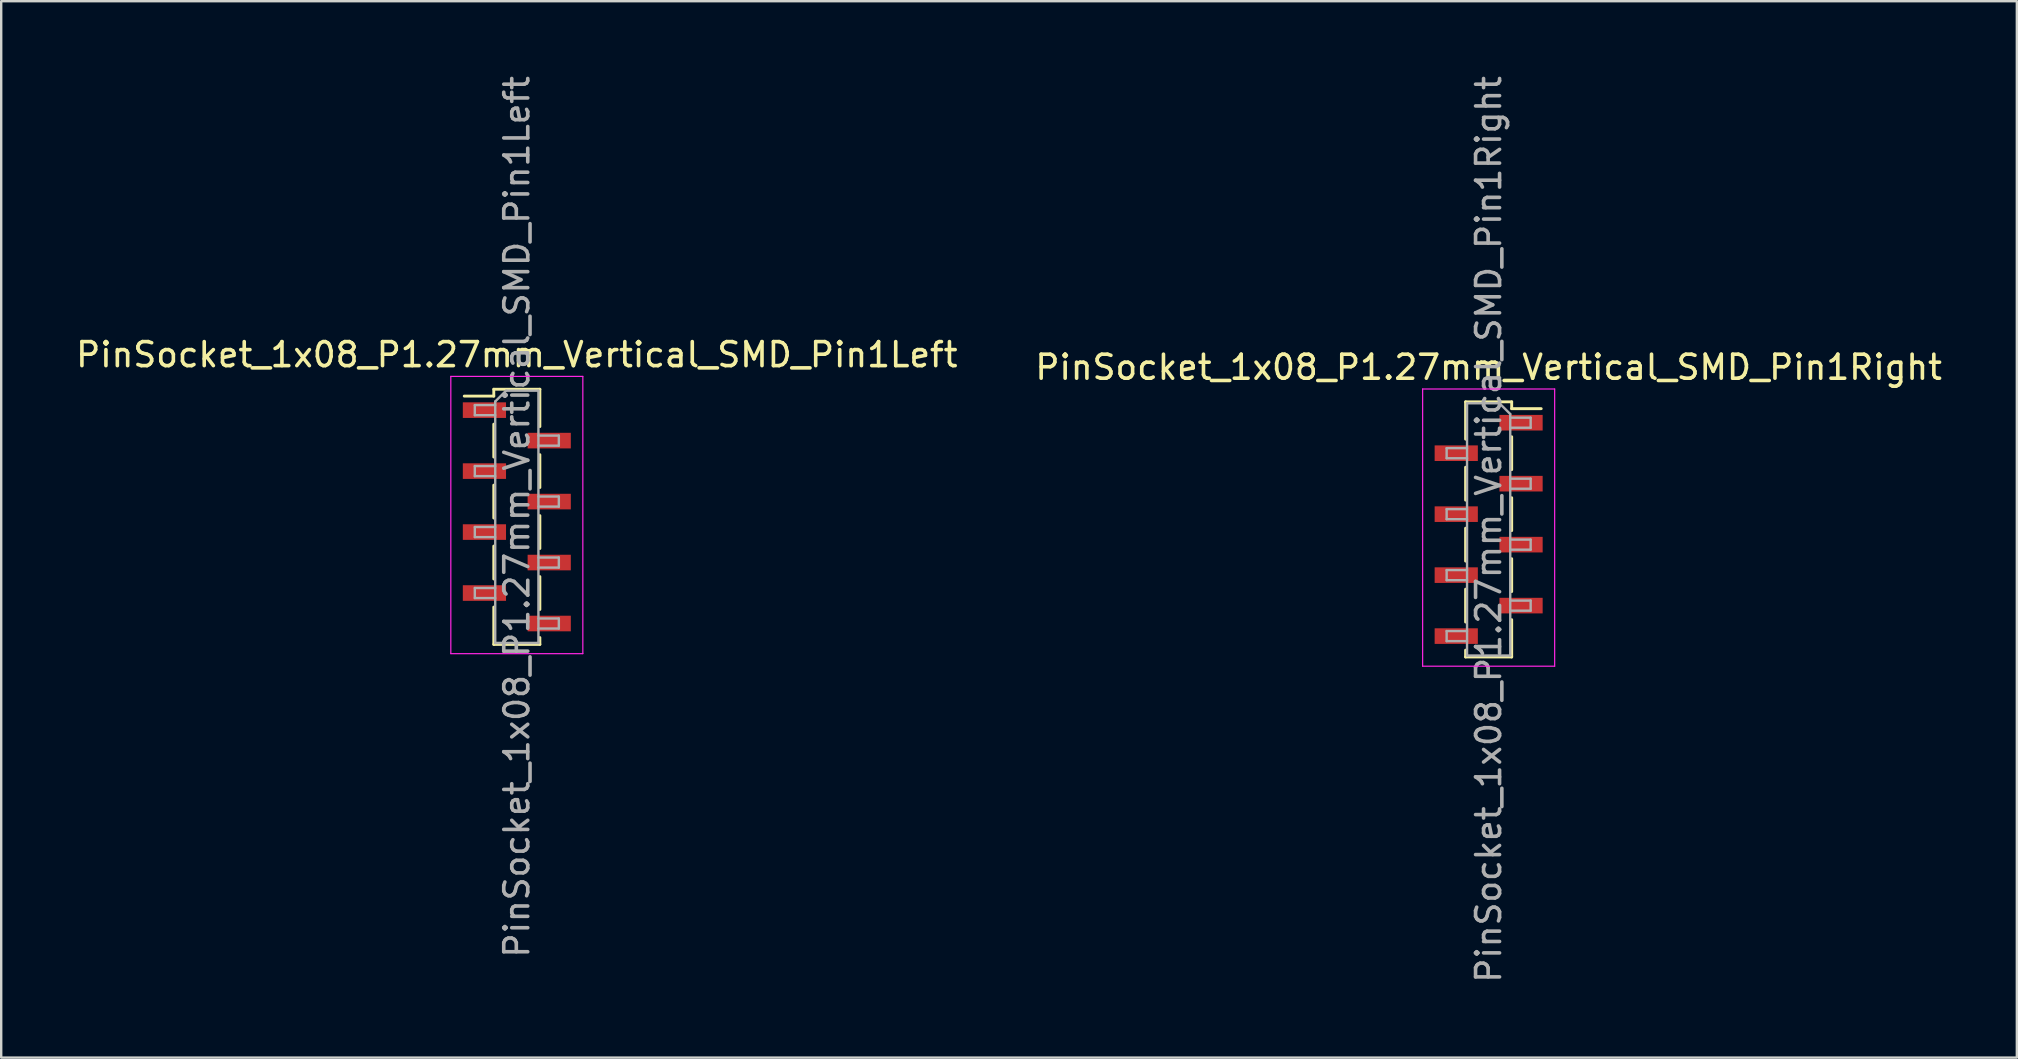
<source format=kicad_pcb>
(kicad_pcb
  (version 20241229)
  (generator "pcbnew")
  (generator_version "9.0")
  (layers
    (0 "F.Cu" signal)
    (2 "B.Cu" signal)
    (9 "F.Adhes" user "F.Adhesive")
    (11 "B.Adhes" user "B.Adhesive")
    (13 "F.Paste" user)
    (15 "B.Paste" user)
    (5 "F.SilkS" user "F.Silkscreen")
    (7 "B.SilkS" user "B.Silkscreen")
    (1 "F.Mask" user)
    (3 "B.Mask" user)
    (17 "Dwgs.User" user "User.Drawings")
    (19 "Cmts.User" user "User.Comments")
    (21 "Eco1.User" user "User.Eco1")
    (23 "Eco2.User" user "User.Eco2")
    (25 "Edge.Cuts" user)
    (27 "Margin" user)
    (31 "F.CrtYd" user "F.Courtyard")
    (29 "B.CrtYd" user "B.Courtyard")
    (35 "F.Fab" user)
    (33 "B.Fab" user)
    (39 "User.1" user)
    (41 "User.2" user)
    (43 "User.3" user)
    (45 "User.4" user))
  (footprint "PinSocket_1x08_P1.27mm_Vertical_SMD_Pin1Left"
    (layer "F.Cu")
    (at 18.482 18.482)
    (property "Reference" "PinSocket_1x08_P1.27mm_Vertical_SMD_Pin1Left" (at 0 -6.755 0) (layer "F.SilkS") (effects (font (size 1 1) (thickness 0.15))))
    (attr smd)
    (fp_line (start -2.19 -5.03) (end -0.96 -5.03) (stroke (width 0.12) (type solid)) (layer "F.SilkS"))
    (fp_line (start -0.96 -5.315) (end -0.96 -5.03) (stroke (width 0.12) (type solid)) (layer "F.SilkS"))
    (fp_line (start -0.96 -5.315) (end 0.96 -5.315) (stroke (width 0.12) (type solid)) (layer "F.SilkS"))
    (fp_line (start -0.96 -3.86) (end -0.96 -2.49) (stroke (width 0.12) (type solid)) (layer "F.SilkS"))
    (fp_line (start -0.96 -1.32) (end -0.96 0.05) (stroke (width 0.12) (type solid)) (layer "F.SilkS"))
    (fp_line (start -0.96 1.22) (end -0.96 2.59) (stroke (width 0.12) (type solid)) (layer "F.SilkS"))
    (fp_line (start -0.96 3.76) (end -0.96 5.315) (stroke (width 0.12) (type solid)) (layer "F.SilkS"))
    (fp_line (start -0.96 5.315) (end 0.96 5.315) (stroke (width 0.12) (type solid)) (layer "F.SilkS"))
    (fp_line (start 0.96 -5.315) (end 0.96 -3.76) (stroke (width 0.12) (type solid)) (layer "F.SilkS"))
    (fp_line (start 0.96 -2.59) (end 0.96 -1.22) (stroke (width 0.12) (type solid)) (layer "F.SilkS"))
    (fp_line (start 0.96 -0.05) (end 0.96 1.32) (stroke (width 0.12) (type solid)) (layer "F.SilkS"))
    (fp_line (start 0.96 2.49) (end 0.96 3.86) (stroke (width 0.12) (type solid)) (layer "F.SilkS"))
    (fp_line (start 0.96 5.03) (end 0.96 5.315) (stroke (width 0.12) (type solid)) (layer "F.SilkS"))
    (fp_line (start -2.75 -5.85) (end 2.75 -5.85) (stroke (width 0.05) (type solid)) (layer "F.CrtYd"))
    (fp_line (start -2.75 5.7) (end -2.75 -5.85) (stroke (width 0.05) (type solid)) (layer "F.CrtYd"))
    (fp_line (start 2.75 -5.85) (end 2.75 5.7) (stroke (width 0.05) (type solid)) (layer "F.CrtYd"))
    (fp_line (start 2.75 5.7) (end -2.75 5.7) (stroke (width 0.05) (type solid)) (layer "F.CrtYd"))
    (fp_line (start -1.75 -4.655) (end -0.9 -4.655) (stroke (width 0.1) (type solid)) (layer "F.Fab"))
    (fp_line (start -1.75 -4.235) (end -1.75 -4.655) (stroke (width 0.1) (type solid)) (layer "F.Fab"))
    (fp_line (start -1.75 -2.115) (end -0.9 -2.115) (stroke (width 0.1) (type solid)) (layer "F.Fab"))
    (fp_line (start -1.75 -1.695) (end -1.75 -2.115) (stroke (width 0.1) (type solid)) (layer "F.Fab"))
    (fp_line (start -1.75 0.425) (end -0.9 0.425) (stroke (width 0.1) (type solid)) (layer "F.Fab"))
    (fp_line (start -1.75 0.845) (end -1.75 0.425) (stroke (width 0.1) (type solid)) (layer "F.Fab"))
    (fp_line (start -1.75 2.965) (end -0.9 2.965) (stroke (width 0.1) (type solid)) (layer "F.Fab"))
    (fp_line (start -1.75 3.385) (end -1.75 2.965) (stroke (width 0.1) (type solid)) (layer "F.Fab"))
    (fp_line (start -0.9 -4.805) (end -0.45 -5.255) (stroke (width 0.1) (type solid)) (layer "F.Fab"))
    (fp_line (start -0.9 -4.235) (end -1.75 -4.235) (stroke (width 0.1) (type solid)) (layer "F.Fab"))
    (fp_line (start -0.9 -1.695) (end -1.75 -1.695) (stroke (width 0.1) (type solid)) (layer "F.Fab"))
    (fp_line (start -0.9 0.845) (end -1.75 0.845) (stroke (width 0.1) (type solid)) (layer "F.Fab"))
    (fp_line (start -0.9 3.385) (end -1.75 3.385) (stroke (width 0.1) (type solid)) (layer "F.Fab"))
    (fp_line (start -0.9 5.255) (end -0.9 -4.805) (stroke (width 0.1) (type solid)) (layer "F.Fab"))
    (fp_line (start -0.45 -5.255) (end 0.9 -5.255) (stroke (width 0.1) (type solid)) (layer "F.Fab"))
    (fp_line (start 0.9 -5.255) (end 0.9 5.255) (stroke (width 0.1) (type solid)) (layer "F.Fab"))
    (fp_line (start 0.9 -3.385) (end 1.75 -3.385) (stroke (width 0.1) (type solid)) (layer "F.Fab"))
    (fp_line (start 0.9 -0.845) (end 1.75 -0.845) (stroke (width 0.1) (type solid)) (layer "F.Fab"))
    (fp_line (start 0.9 1.695) (end 1.75 1.695) (stroke (width 0.1) (type solid)) (layer "F.Fab"))
    (fp_line (start 0.9 4.235) (end 1.75 4.235) (stroke (width 0.1) (type solid)) (layer "F.Fab"))
    (fp_line (start 0.9 5.255) (end -0.9 5.255) (stroke (width 0.1) (type solid)) (layer "F.Fab"))
    (fp_line (start 1.75 -3.385) (end 1.75 -2.965) (stroke (width 0.1) (type solid)) (layer "F.Fab"))
    (fp_line (start 1.75 -2.965) (end 0.9 -2.965) (stroke (width 0.1) (type solid)) (layer "F.Fab"))
    (fp_line (start 1.75 -0.845) (end 1.75 -0.425) (stroke (width 0.1) (type solid)) (layer "F.Fab"))
    (fp_line (start 1.75 -0.425) (end 0.9 -0.425) (stroke (width 0.1) (type solid)) (layer "F.Fab"))
    (fp_line (start 1.75 1.695) (end 1.75 2.115) (stroke (width 0.1) (type solid)) (layer "F.Fab"))
    (fp_line (start 1.75 2.115) (end 0.9 2.115) (stroke (width 0.1) (type solid)) (layer "F.Fab"))
    (fp_line (start 1.75 4.235) (end 1.75 4.655) (stroke (width 0.1) (type solid)) (layer "F.Fab"))
    (fp_line (start 1.75 4.655) (end 0.9 4.655) (stroke (width 0.1) (type solid)) (layer "F.Fab"))
    (fp_text user "${REFERENCE}" (at 0 0 90) (layer "F.Fab") (effects (font (size 1 1) (thickness 0.15))))
    (pad "1" smd rect (at -1.35 -4.445) (size 1.8 0.65) (layers "F.Cu" "F.Mask" "F.Paste"))
    (pad "2" smd rect (at 1.35 -3.175) (size 1.8 0.65) (layers "F.Cu" "F.Mask" "F.Paste"))
    (pad "3" smd rect (at -1.35 -1.905) (size 1.8 0.65) (layers "F.Cu" "F.Mask" "F.Paste"))
    (pad "4" smd rect (at 1.35 -0.635) (size 1.8 0.65) (layers "F.Cu" "F.Mask" "F.Paste"))
    (pad "5" smd rect (at -1.35 0.635) (size 1.8 0.65) (layers "F.Cu" "F.Mask" "F.Paste"))
    (pad "6" smd rect (at 1.35 1.905) (size 1.8 0.65) (layers "F.Cu" "F.Mask" "F.Paste"))
    (pad "7" smd rect (at -1.35 3.175) (size 1.8 0.65) (layers "F.Cu" "F.Mask" "F.Paste"))
    (pad "8" smd rect (at 1.35 4.445) (size 1.8 0.65) (layers "F.Cu" "F.Mask" "F.Paste")))
  (footprint "PinSocket_1x08_P1.27mm_Vertical_SMD_Pin1Right"
    (layer "F.Cu")
    (at 58.97 19.006)
    (property "Reference" "PinSocket_1x08_P1.27mm_Vertical_SMD_Pin1Right" (at 0 -6.755 0) (layer "F.SilkS") (effects (font (size 1 1) (thickness 0.15))))
    (attr smd)
    (fp_line (start -0.96 -5.315) (end -0.96 -3.76) (stroke (width 0.12) (type solid)) (layer "F.SilkS"))
    (fp_line (start -0.96 -5.315) (end 0.96 -5.315) (stroke (width 0.12) (type solid)) (layer "F.SilkS"))
    (fp_line (start -0.96 -2.59) (end -0.96 -1.22) (stroke (width 0.12) (type solid)) (layer "F.SilkS"))
    (fp_line (start -0.96 -0.05) (end -0.96 1.32) (stroke (width 0.12) (type solid)) (layer "F.SilkS"))
    (fp_line (start -0.96 2.49) (end -0.96 3.86) (stroke (width 0.12) (type solid)) (layer "F.SilkS"))
    (fp_line (start -0.96 5.03) (end -0.96 5.315) (stroke (width 0.12) (type solid)) (layer "F.SilkS"))
    (fp_line (start -0.96 5.315) (end 0.96 5.315) (stroke (width 0.12) (type solid)) (layer "F.SilkS"))
    (fp_line (start 0.96 -5.315) (end 0.96 -5.03) (stroke (width 0.12) (type solid)) (layer "F.SilkS"))
    (fp_line (start 0.96 -5.03) (end 2.19 -5.03) (stroke (width 0.12) (type solid)) (layer "F.SilkS"))
    (fp_line (start 0.96 -3.86) (end 0.96 -2.49) (stroke (width 0.12) (type solid)) (layer "F.SilkS"))
    (fp_line (start 0.96 -1.32) (end 0.96 0.05) (stroke (width 0.12) (type solid)) (layer "F.SilkS"))
    (fp_line (start 0.96 1.22) (end 0.96 2.59) (stroke (width 0.12) (type solid)) (layer "F.SilkS"))
    (fp_line (start 0.96 3.76) (end 0.96 5.315) (stroke (width 0.12) (type solid)) (layer "F.SilkS"))
    (fp_line (start -2.75 -5.85) (end 2.75 -5.85) (stroke (width 0.05) (type solid)) (layer "F.CrtYd"))
    (fp_line (start -2.75 5.7) (end -2.75 -5.85) (stroke (width 0.05) (type solid)) (layer "F.CrtYd"))
    (fp_line (start 2.75 -5.85) (end 2.75 5.7) (stroke (width 0.05) (type solid)) (layer "F.CrtYd"))
    (fp_line (start 2.75 5.7) (end -2.75 5.7) (stroke (width 0.05) (type solid)) (layer "F.CrtYd"))
    (fp_line (start -1.75 -3.385) (end -0.9 -3.385) (stroke (width 0.1) (type solid)) (layer "F.Fab"))
    (fp_line (start -1.75 -2.965) (end -1.75 -3.385) (stroke (width 0.1) (type solid)) (layer "F.Fab"))
    (fp_line (start -1.75 -0.845) (end -0.9 -0.845) (stroke (width 0.1) (type solid)) (layer "F.Fab"))
    (fp_line (start -1.75 -0.425) (end -1.75 -0.845) (stroke (width 0.1) (type solid)) (layer "F.Fab"))
    (fp_line (start -1.75 1.695) (end -0.9 1.695) (stroke (width 0.1) (type solid)) (layer "F.Fab"))
    (fp_line (start -1.75 2.115) (end -1.75 1.695) (stroke (width 0.1) (type solid)) (layer "F.Fab"))
    (fp_line (start -1.75 4.235) (end -0.9 4.235) (stroke (width 0.1) (type solid)) (layer "F.Fab"))
    (fp_line (start -1.75 4.655) (end -1.75 4.235) (stroke (width 0.1) (type solid)) (layer "F.Fab"))
    (fp_line (start -0.9 -5.255) (end 0.45 -5.255) (stroke (width 0.1) (type solid)) (layer "F.Fab"))
    (fp_line (start -0.9 -2.965) (end -1.75 -2.965) (stroke (width 0.1) (type solid)) (layer "F.Fab"))
    (fp_line (start -0.9 -0.425) (end -1.75 -0.425) (stroke (width 0.1) (type solid)) (layer "F.Fab"))
    (fp_line (start -0.9 2.115) (end -1.75 2.115) (stroke (width 0.1) (type solid)) (layer "F.Fab"))
    (fp_line (start -0.9 4.655) (end -1.75 4.655) (stroke (width 0.1) (type solid)) (layer "F.Fab"))
    (fp_line (start -0.9 5.255) (end -0.9 -5.255) (stroke (width 0.1) (type solid)) (layer "F.Fab"))
    (fp_line (start 0.45 -5.255) (end 0.9 -4.805) (stroke (width 0.1) (type solid)) (layer "F.Fab"))
    (fp_line (start 0.9 -4.805) (end 0.9 5.255) (stroke (width 0.1) (type solid)) (layer "F.Fab"))
    (fp_line (start 0.9 -4.655) (end 1.75 -4.655) (stroke (width 0.1) (type solid)) (layer "F.Fab"))
    (fp_line (start 0.9 -2.115) (end 1.75 -2.115) (stroke (width 0.1) (type solid)) (layer "F.Fab"))
    (fp_line (start 0.9 0.425) (end 1.75 0.425) (stroke (width 0.1) (type solid)) (layer "F.Fab"))
    (fp_line (start 0.9 2.965) (end 1.75 2.965) (stroke (width 0.1) (type solid)) (layer "F.Fab"))
    (fp_line (start 0.9 5.255) (end -0.9 5.255) (stroke (width 0.1) (type solid)) (layer "F.Fab"))
    (fp_line (start 1.75 -4.655) (end 1.75 -4.235) (stroke (width 0.1) (type solid)) (layer "F.Fab"))
    (fp_line (start 1.75 -4.235) (end 0.9 -4.235) (stroke (width 0.1) (type solid)) (layer "F.Fab"))
    (fp_line (start 1.75 -2.115) (end 1.75 -1.695) (stroke (width 0.1) (type solid)) (layer "F.Fab"))
    (fp_line (start 1.75 -1.695) (end 0.9 -1.695) (stroke (width 0.1) (type solid)) (layer "F.Fab"))
    (fp_line (start 1.75 0.425) (end 1.75 0.845) (stroke (width 0.1) (type solid)) (layer "F.Fab"))
    (fp_line (start 1.75 0.845) (end 0.9 0.845) (stroke (width 0.1) (type solid)) (layer "F.Fab"))
    (fp_line (start 1.75 2.965) (end 1.75 3.385) (stroke (width 0.1) (type solid)) (layer "F.Fab"))
    (fp_line (start 1.75 3.385) (end 0.9 3.385) (stroke (width 0.1) (type solid)) (layer "F.Fab"))
    (fp_text user "${REFERENCE}" (at 0 0 90) (layer "F.Fab") (effects (font (size 1 1) (thickness 0.15))))
    (pad "1" smd rect (at 1.35 -4.445) (size 1.8 0.65) (layers "F.Cu" "F.Mask" "F.Paste"))
    (pad "2" smd rect (at -1.35 -3.175) (size 1.8 0.65) (layers "F.Cu" "F.Mask" "F.Paste"))
    (pad "3" smd rect (at 1.35 -1.905) (size 1.8 0.65) (layers "F.Cu" "F.Mask" "F.Paste"))
    (pad "4" smd rect (at -1.35 -0.635) (size 1.8 0.65) (layers "F.Cu" "F.Mask" "F.Paste"))
    (pad "5" smd rect (at 1.35 0.635) (size 1.8 0.65) (layers "F.Cu" "F.Mask" "F.Paste"))
    (pad "6" smd rect (at -1.35 1.905) (size 1.8 0.65) (layers "F.Cu" "F.Mask" "F.Paste"))
    (pad "7" smd rect (at 1.35 3.175) (size 1.8 0.65) (layers "F.Cu" "F.Mask" "F.Paste"))
    (pad "8" smd rect (at -1.35 4.445) (size 1.8 0.65) (layers "F.Cu" "F.Mask" "F.Paste")))
  (gr_rect
    (start -3 -3)
    (end 80.976 41.012)
    (stroke (width 0.1) (type default))
    (fill no)
    (layer "Edge.Cuts")))
</source>
